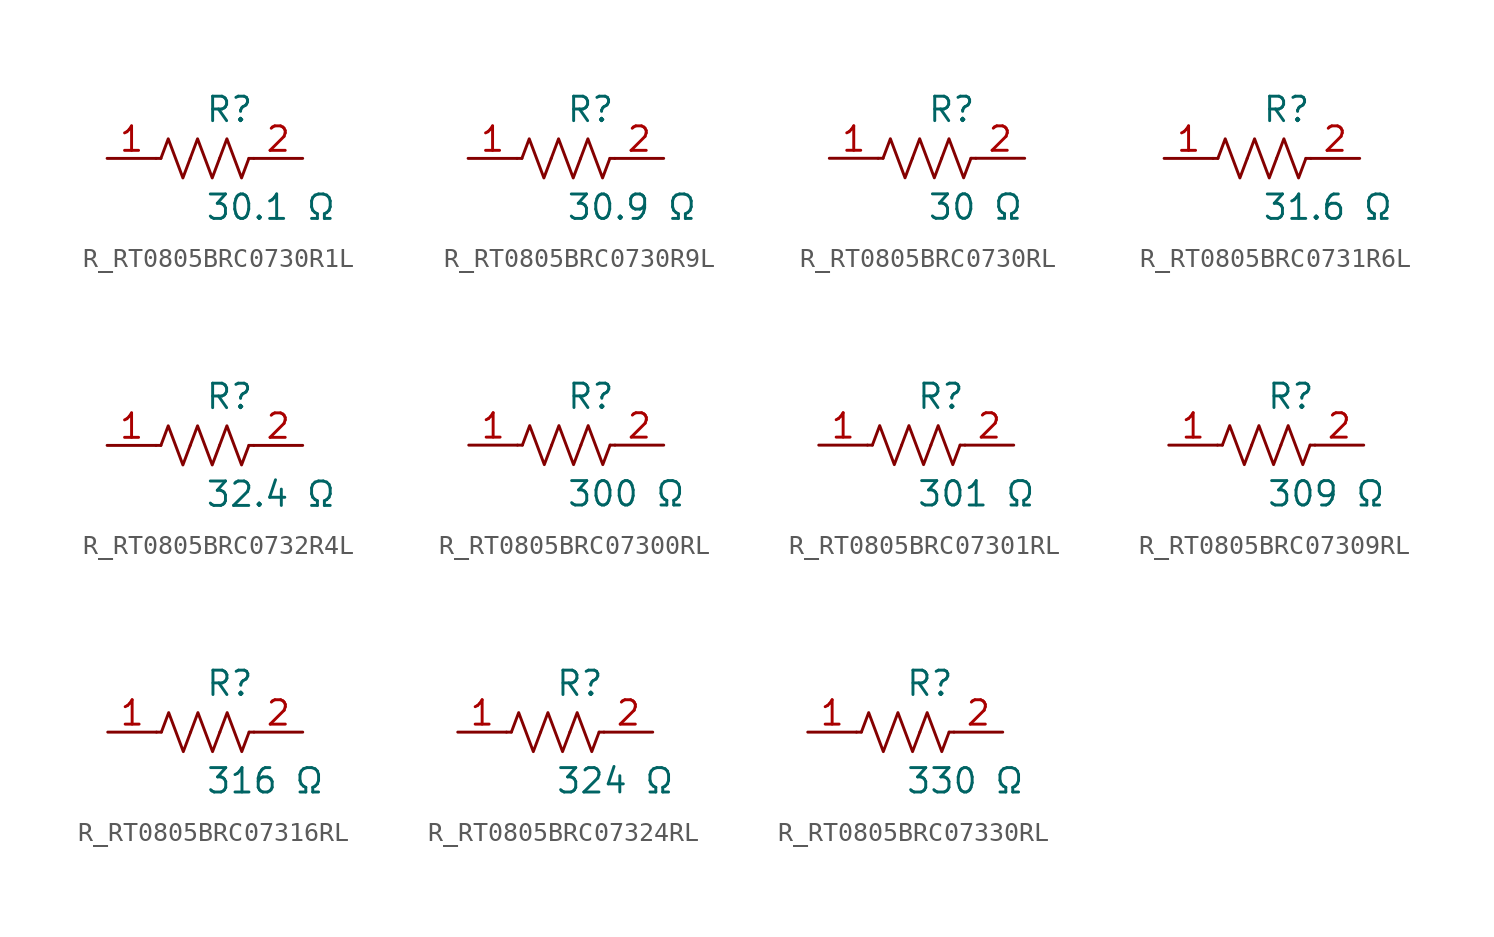
<source format=kicad_sym>
(kicad_symbol_lib
  (version 20231120)
  (generator kicad_symbol_editor)
  (generator_version 8.0)
  (symbol "R_RT0805BRC0730R1L"
    (pin_names
      (offset 0.254))
    (property "Reference" "R"
      (at 0.0 2.54 0)
      (effects (font (size 1.27 1.27)) (justify left)))
    (property "Value" "30.1 Ω"
      (at 0.0 -2.54 0)
      (effects (font (size 1.27 1.27)) (justify left)))
    (symbol "R_RT0805BRC0730R1L_0_1"
      (polyline (pts (xy 2.286 0) (xy 2.54 0)) (stroke (width 0) (type default)) (fill (type none)))
      (polyline (pts (xy -2.286 0) (xy -2.54 0)) (stroke (width 0) (type default)) (fill (type none)))
      (polyline (pts (xy 0.762 0) (xy 1.143 1.016) (xy 1.524 0) (xy 1.905 -1.016) (xy 2.286 0)) (stroke (width 0) (type default)) (fill (type none)))
      (polyline (pts (xy -0.762 0) (xy -0.381 1.016) (xy 0 0) (xy 0.381 -1.016) (xy 0.762 0)) (stroke (width 0) (type default)) (fill (type none)))
      (polyline (pts (xy -2.286 0) (xy -1.905 1.016) (xy -1.524 0) (xy -1.143 -1.016) (xy -0.762 0)) (stroke (width 0) (type default)) (fill (type none))))
    (pin unspecified line
      (at -5.08 0 0)
      (length 2.54)
      (name "" (effects (font (size 1.27 1.27))))
      (number "1" (effects (font (size 1.27 1.27)))))
    (pin unspecified line
      (at 5.08 0 180)
      (length 2.54)
      (name "" (effects (font (size 1.27 1.27))))
      (number "2" (effects (font (size 1.27 1.27))))))
  (symbol "R_RT0805BRC0730R9L"
    (pin_names
      (offset 0.254))
    (property "Reference" "R"
      (at 0.0 2.54 0)
      (effects (font (size 1.27 1.27)) (justify left)))
    (property "Value" "30.9 Ω"
      (at 0.0 -2.54 0)
      (effects (font (size 1.27 1.27)) (justify left)))
    (symbol "R_RT0805BRC0730R9L_0_1"
      (polyline (pts (xy 2.286 0) (xy 2.54 0)) (stroke (width 0) (type default)) (fill (type none)))
      (polyline (pts (xy -2.286 0) (xy -2.54 0)) (stroke (width 0) (type default)) (fill (type none)))
      (polyline (pts (xy 0.762 0) (xy 1.143 1.016) (xy 1.524 0) (xy 1.905 -1.016) (xy 2.286 0)) (stroke (width 0) (type default)) (fill (type none)))
      (polyline (pts (xy -0.762 0) (xy -0.381 1.016) (xy 0 0) (xy 0.381 -1.016) (xy 0.762 0)) (stroke (width 0) (type default)) (fill (type none)))
      (polyline (pts (xy -2.286 0) (xy -1.905 1.016) (xy -1.524 0) (xy -1.143 -1.016) (xy -0.762 0)) (stroke (width 0) (type default)) (fill (type none))))
    (pin unspecified line
      (at -5.08 0 0)
      (length 2.54)
      (name "" (effects (font (size 1.27 1.27))))
      (number "1" (effects (font (size 1.27 1.27)))))
    (pin unspecified line
      (at 5.08 0 180)
      (length 2.54)
      (name "" (effects (font (size 1.27 1.27))))
      (number "2" (effects (font (size 1.27 1.27))))))
  (symbol "R_RT0805BRC0730RL"
    (pin_names
      (offset 0.254))
    (property "Reference" "R"
      (at 0.0 2.54 0)
      (effects (font (size 1.27 1.27)) (justify left)))
    (property "Value" "30 Ω"
      (at 0.0 -2.54 0)
      (effects (font (size 1.27 1.27)) (justify left)))
    (symbol "R_RT0805BRC0730RL_0_1"
      (polyline (pts (xy 2.286 0) (xy 2.54 0)) (stroke (width 0) (type default)) (fill (type none)))
      (polyline (pts (xy -2.286 0) (xy -2.54 0)) (stroke (width 0) (type default)) (fill (type none)))
      (polyline (pts (xy 0.762 0) (xy 1.143 1.016) (xy 1.524 0) (xy 1.905 -1.016) (xy 2.286 0)) (stroke (width 0) (type default)) (fill (type none)))
      (polyline (pts (xy -0.762 0) (xy -0.381 1.016) (xy 0 0) (xy 0.381 -1.016) (xy 0.762 0)) (stroke (width 0) (type default)) (fill (type none)))
      (polyline (pts (xy -2.286 0) (xy -1.905 1.016) (xy -1.524 0) (xy -1.143 -1.016) (xy -0.762 0)) (stroke (width 0) (type default)) (fill (type none))))
    (pin unspecified line
      (at -5.08 0 0)
      (length 2.54)
      (name "" (effects (font (size 1.27 1.27))))
      (number "1" (effects (font (size 1.27 1.27)))))
    (pin unspecified line
      (at 5.08 0 180)
      (length 2.54)
      (name "" (effects (font (size 1.27 1.27))))
      (number "2" (effects (font (size 1.27 1.27))))))
  (symbol "R_RT0805BRC0731R6L"
    (pin_names
      (offset 0.254))
    (property "Reference" "R"
      (at 0.0 2.54 0)
      (effects (font (size 1.27 1.27)) (justify left)))
    (property "Value" "31.6 Ω"
      (at 0.0 -2.54 0)
      (effects (font (size 1.27 1.27)) (justify left)))
    (symbol "R_RT0805BRC0731R6L_0_1"
      (polyline (pts (xy 2.286 0) (xy 2.54 0)) (stroke (width 0) (type default)) (fill (type none)))
      (polyline (pts (xy -2.286 0) (xy -2.54 0)) (stroke (width 0) (type default)) (fill (type none)))
      (polyline (pts (xy 0.762 0) (xy 1.143 1.016) (xy 1.524 0) (xy 1.905 -1.016) (xy 2.286 0)) (stroke (width 0) (type default)) (fill (type none)))
      (polyline (pts (xy -0.762 0) (xy -0.381 1.016) (xy 0 0) (xy 0.381 -1.016) (xy 0.762 0)) (stroke (width 0) (type default)) (fill (type none)))
      (polyline (pts (xy -2.286 0) (xy -1.905 1.016) (xy -1.524 0) (xy -1.143 -1.016) (xy -0.762 0)) (stroke (width 0) (type default)) (fill (type none))))
    (pin unspecified line
      (at -5.08 0 0)
      (length 2.54)
      (name "" (effects (font (size 1.27 1.27))))
      (number "1" (effects (font (size 1.27 1.27)))))
    (pin unspecified line
      (at 5.08 0 180)
      (length 2.54)
      (name "" (effects (font (size 1.27 1.27))))
      (number "2" (effects (font (size 1.27 1.27))))))
  (symbol "R_RT0805BRC0732R4L"
    (pin_names
      (offset 0.254))
    (property "Reference" "R"
      (at 0.0 2.54 0)
      (effects (font (size 1.27 1.27)) (justify left)))
    (property "Value" "32.4 Ω"
      (at 0.0 -2.54 0)
      (effects (font (size 1.27 1.27)) (justify left)))
    (symbol "R_RT0805BRC0732R4L_0_1"
      (polyline (pts (xy 2.286 0) (xy 2.54 0)) (stroke (width 0) (type default)) (fill (type none)))
      (polyline (pts (xy -2.286 0) (xy -2.54 0)) (stroke (width 0) (type default)) (fill (type none)))
      (polyline (pts (xy 0.762 0) (xy 1.143 1.016) (xy 1.524 0) (xy 1.905 -1.016) (xy 2.286 0)) (stroke (width 0) (type default)) (fill (type none)))
      (polyline (pts (xy -0.762 0) (xy -0.381 1.016) (xy 0 0) (xy 0.381 -1.016) (xy 0.762 0)) (stroke (width 0) (type default)) (fill (type none)))
      (polyline (pts (xy -2.286 0) (xy -1.905 1.016) (xy -1.524 0) (xy -1.143 -1.016) (xy -0.762 0)) (stroke (width 0) (type default)) (fill (type none))))
    (pin unspecified line
      (at -5.08 0 0)
      (length 2.54)
      (name "" (effects (font (size 1.27 1.27))))
      (number "1" (effects (font (size 1.27 1.27)))))
    (pin unspecified line
      (at 5.08 0 180)
      (length 2.54)
      (name "" (effects (font (size 1.27 1.27))))
      (number "2" (effects (font (size 1.27 1.27))))))
  (symbol "R_RT0805BRC07300RL"
    (pin_names
      (offset 0.254))
    (property "Reference" "R"
      (at 0.0 2.54 0)
      (effects (font (size 1.27 1.27)) (justify left)))
    (property "Value" "300 Ω"
      (at 0.0 -2.54 0)
      (effects (font (size 1.27 1.27)) (justify left)))
    (symbol "R_RT0805BRC07300RL_0_1"
      (polyline (pts (xy 2.286 0) (xy 2.54 0)) (stroke (width 0) (type default)) (fill (type none)))
      (polyline (pts (xy -2.286 0) (xy -2.54 0)) (stroke (width 0) (type default)) (fill (type none)))
      (polyline (pts (xy 0.762 0) (xy 1.143 1.016) (xy 1.524 0) (xy 1.905 -1.016) (xy 2.286 0)) (stroke (width 0) (type default)) (fill (type none)))
      (polyline (pts (xy -0.762 0) (xy -0.381 1.016) (xy 0 0) (xy 0.381 -1.016) (xy 0.762 0)) (stroke (width 0) (type default)) (fill (type none)))
      (polyline (pts (xy -2.286 0) (xy -1.905 1.016) (xy -1.524 0) (xy -1.143 -1.016) (xy -0.762 0)) (stroke (width 0) (type default)) (fill (type none))))
    (pin unspecified line
      (at -5.08 0 0)
      (length 2.54)
      (name "" (effects (font (size 1.27 1.27))))
      (number "1" (effects (font (size 1.27 1.27)))))
    (pin unspecified line
      (at 5.08 0 180)
      (length 2.54)
      (name "" (effects (font (size 1.27 1.27))))
      (number "2" (effects (font (size 1.27 1.27))))))
  (symbol "R_RT0805BRC07301RL"
    (pin_names
      (offset 0.254))
    (property "Reference" "R"
      (at 0.0 2.54 0)
      (effects (font (size 1.27 1.27)) (justify left)))
    (property "Value" "301 Ω"
      (at 0.0 -2.54 0)
      (effects (font (size 1.27 1.27)) (justify left)))
    (symbol "R_RT0805BRC07301RL_0_1"
      (polyline (pts (xy 2.286 0) (xy 2.54 0)) (stroke (width 0) (type default)) (fill (type none)))
      (polyline (pts (xy -2.286 0) (xy -2.54 0)) (stroke (width 0) (type default)) (fill (type none)))
      (polyline (pts (xy 0.762 0) (xy 1.143 1.016) (xy 1.524 0) (xy 1.905 -1.016) (xy 2.286 0)) (stroke (width 0) (type default)) (fill (type none)))
      (polyline (pts (xy -0.762 0) (xy -0.381 1.016) (xy 0 0) (xy 0.381 -1.016) (xy 0.762 0)) (stroke (width 0) (type default)) (fill (type none)))
      (polyline (pts (xy -2.286 0) (xy -1.905 1.016) (xy -1.524 0) (xy -1.143 -1.016) (xy -0.762 0)) (stroke (width 0) (type default)) (fill (type none))))
    (pin unspecified line
      (at -5.08 0 0)
      (length 2.54)
      (name "" (effects (font (size 1.27 1.27))))
      (number "1" (effects (font (size 1.27 1.27)))))
    (pin unspecified line
      (at 5.08 0 180)
      (length 2.54)
      (name "" (effects (font (size 1.27 1.27))))
      (number "2" (effects (font (size 1.27 1.27))))))
  (symbol "R_RT0805BRC07309RL"
    (pin_names
      (offset 0.254))
    (property "Reference" "R"
      (at 0.0 2.54 0)
      (effects (font (size 1.27 1.27)) (justify left)))
    (property "Value" "309 Ω"
      (at 0.0 -2.54 0)
      (effects (font (size 1.27 1.27)) (justify left)))
    (symbol "R_RT0805BRC07309RL_0_1"
      (polyline (pts (xy 2.286 0) (xy 2.54 0)) (stroke (width 0) (type default)) (fill (type none)))
      (polyline (pts (xy -2.286 0) (xy -2.54 0)) (stroke (width 0) (type default)) (fill (type none)))
      (polyline (pts (xy 0.762 0) (xy 1.143 1.016) (xy 1.524 0) (xy 1.905 -1.016) (xy 2.286 0)) (stroke (width 0) (type default)) (fill (type none)))
      (polyline (pts (xy -0.762 0) (xy -0.381 1.016) (xy 0 0) (xy 0.381 -1.016) (xy 0.762 0)) (stroke (width 0) (type default)) (fill (type none)))
      (polyline (pts (xy -2.286 0) (xy -1.905 1.016) (xy -1.524 0) (xy -1.143 -1.016) (xy -0.762 0)) (stroke (width 0) (type default)) (fill (type none))))
    (pin unspecified line
      (at -5.08 0 0)
      (length 2.54)
      (name "" (effects (font (size 1.27 1.27))))
      (number "1" (effects (font (size 1.27 1.27)))))
    (pin unspecified line
      (at 5.08 0 180)
      (length 2.54)
      (name "" (effects (font (size 1.27 1.27))))
      (number "2" (effects (font (size 1.27 1.27))))))
  (symbol "R_RT0805BRC07316RL"
    (pin_names
      (offset 0.254))
    (property "Reference" "R"
      (at 0.0 2.54 0)
      (effects (font (size 1.27 1.27)) (justify left)))
    (property "Value" "316 Ω"
      (at 0.0 -2.54 0)
      (effects (font (size 1.27 1.27)) (justify left)))
    (symbol "R_RT0805BRC07316RL_0_1"
      (polyline (pts (xy 2.286 0) (xy 2.54 0)) (stroke (width 0) (type default)) (fill (type none)))
      (polyline (pts (xy -2.286 0) (xy -2.54 0)) (stroke (width 0) (type default)) (fill (type none)))
      (polyline (pts (xy 0.762 0) (xy 1.143 1.016) (xy 1.524 0) (xy 1.905 -1.016) (xy 2.286 0)) (stroke (width 0) (type default)) (fill (type none)))
      (polyline (pts (xy -0.762 0) (xy -0.381 1.016) (xy 0 0) (xy 0.381 -1.016) (xy 0.762 0)) (stroke (width 0) (type default)) (fill (type none)))
      (polyline (pts (xy -2.286 0) (xy -1.905 1.016) (xy -1.524 0) (xy -1.143 -1.016) (xy -0.762 0)) (stroke (width 0) (type default)) (fill (type none))))
    (pin unspecified line
      (at -5.08 0 0)
      (length 2.54)
      (name "" (effects (font (size 1.27 1.27))))
      (number "1" (effects (font (size 1.27 1.27)))))
    (pin unspecified line
      (at 5.08 0 180)
      (length 2.54)
      (name "" (effects (font (size 1.27 1.27))))
      (number "2" (effects (font (size 1.27 1.27))))))
  (symbol "R_RT0805BRC07324RL"
    (pin_names
      (offset 0.254))
    (property "Reference" "R"
      (at 0.0 2.54 0)
      (effects (font (size 1.27 1.27)) (justify left)))
    (property "Value" "324 Ω"
      (at 0.0 -2.54 0)
      (effects (font (size 1.27 1.27)) (justify left)))
    (symbol "R_RT0805BRC07324RL_0_1"
      (polyline (pts (xy 2.286 0) (xy 2.54 0)) (stroke (width 0) (type default)) (fill (type none)))
      (polyline (pts (xy -2.286 0) (xy -2.54 0)) (stroke (width 0) (type default)) (fill (type none)))
      (polyline (pts (xy 0.762 0) (xy 1.143 1.016) (xy 1.524 0) (xy 1.905 -1.016) (xy 2.286 0)) (stroke (width 0) (type default)) (fill (type none)))
      (polyline (pts (xy -0.762 0) (xy -0.381 1.016) (xy 0 0) (xy 0.381 -1.016) (xy 0.762 0)) (stroke (width 0) (type default)) (fill (type none)))
      (polyline (pts (xy -2.286 0) (xy -1.905 1.016) (xy -1.524 0) (xy -1.143 -1.016) (xy -0.762 0)) (stroke (width 0) (type default)) (fill (type none))))
    (pin unspecified line
      (at -5.08 0 0)
      (length 2.54)
      (name "" (effects (font (size 1.27 1.27))))
      (number "1" (effects (font (size 1.27 1.27)))))
    (pin unspecified line
      (at 5.08 0 180)
      (length 2.54)
      (name "" (effects (font (size 1.27 1.27))))
      (number "2" (effects (font (size 1.27 1.27))))))
  (symbol "R_RT0805BRC07330RL"
    (pin_names
      (offset 0.254))
    (property "Reference" "R"
      (at 0.0 2.54 0)
      (effects (font (size 1.27 1.27)) (justify left)))
    (property "Value" "330 Ω"
      (at 0.0 -2.54 0)
      (effects (font (size 1.27 1.27)) (justify left)))
    (symbol "R_RT0805BRC07330RL_0_1"
      (polyline (pts (xy 2.286 0) (xy 2.54 0)) (stroke (width 0) (type default)) (fill (type none)))
      (polyline (pts (xy -2.286 0) (xy -2.54 0)) (stroke (width 0) (type default)) (fill (type none)))
      (polyline (pts (xy 0.762 0) (xy 1.143 1.016) (xy 1.524 0) (xy 1.905 -1.016) (xy 2.286 0)) (stroke (width 0) (type default)) (fill (type none)))
      (polyline (pts (xy -0.762 0) (xy -0.381 1.016) (xy 0 0) (xy 0.381 -1.016) (xy 0.762 0)) (stroke (width 0) (type default)) (fill (type none)))
      (polyline (pts (xy -2.286 0) (xy -1.905 1.016) (xy -1.524 0) (xy -1.143 -1.016) (xy -0.762 0)) (stroke (width 0) (type default)) (fill (type none))))
    (pin unspecified line
      (at -5.08 0 0)
      (length 2.54)
      (name "" (effects (font (size 1.27 1.27))))
      (number "1" (effects (font (size 1.27 1.27)))))
    (pin unspecified line
      (at 5.08 0 180)
      (length 2.54)
      (name "" (effects (font (size 1.27 1.27))))
      (number "2" (effects (font (size 1.27 1.27)))))))
</source>
